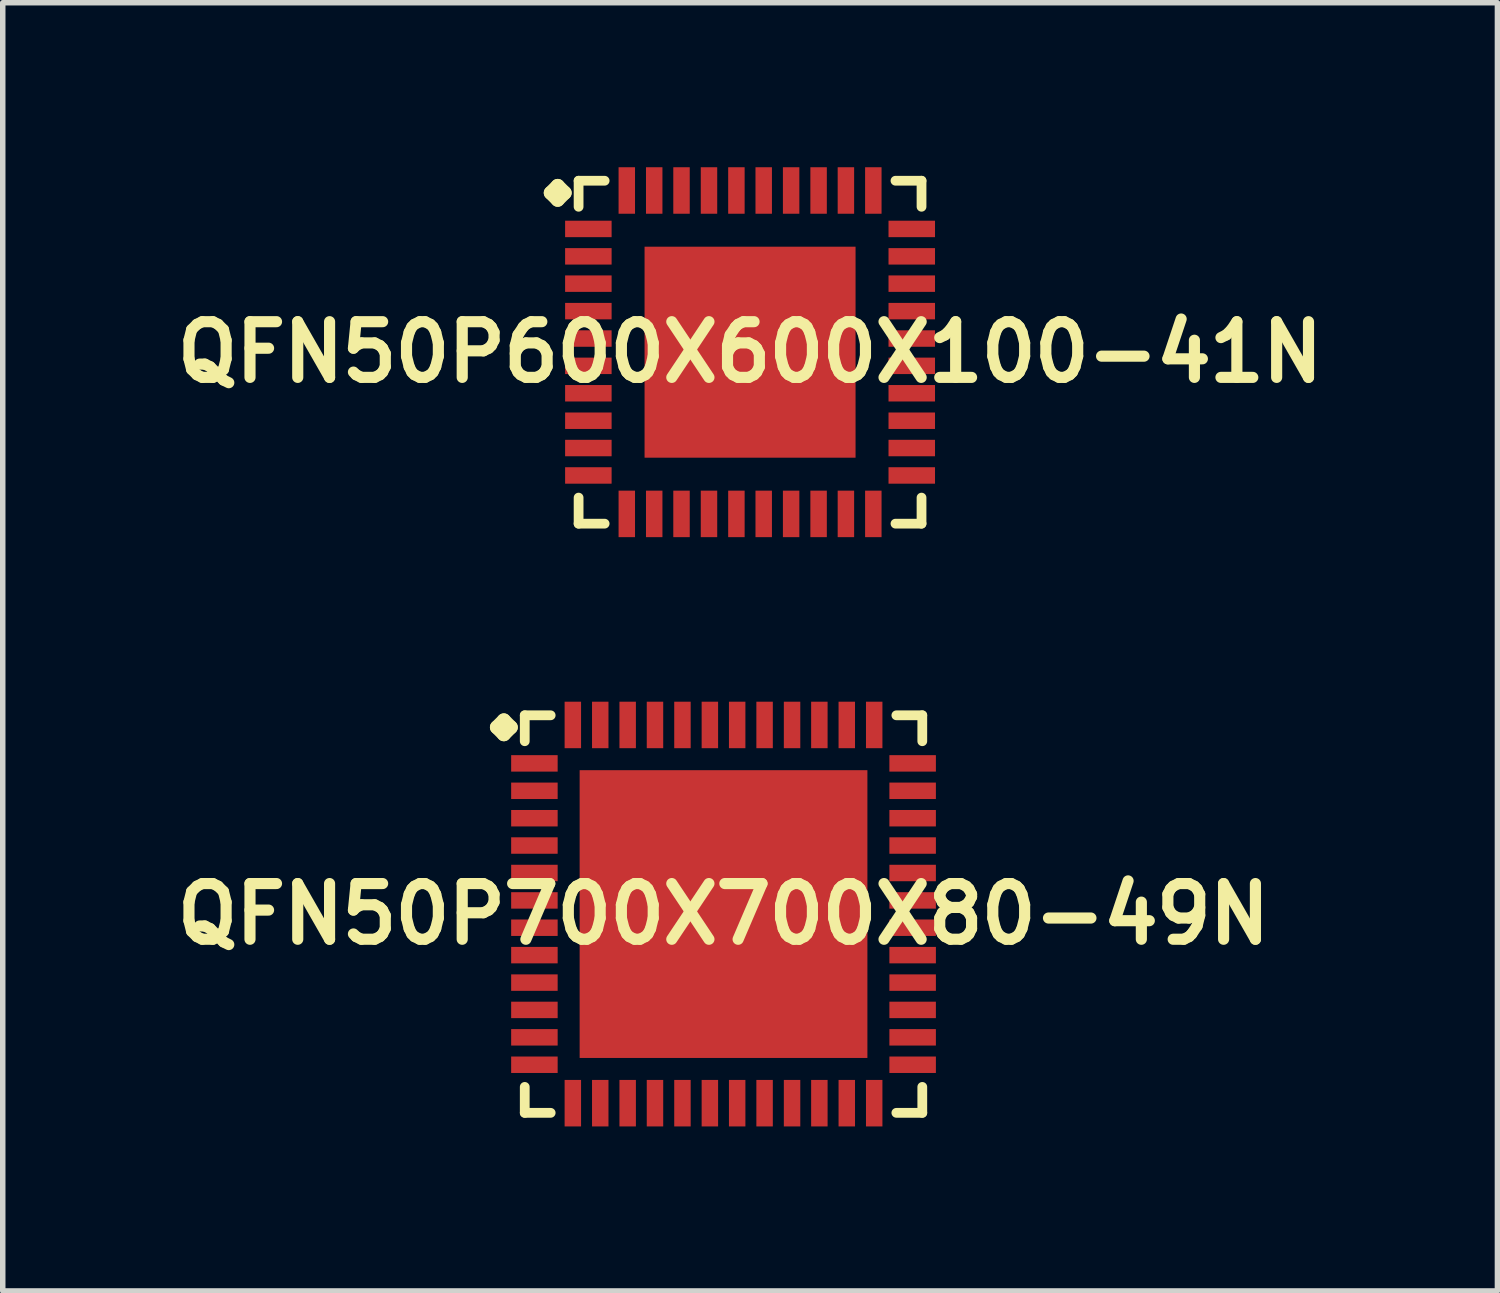
<source format=kicad_pcb>
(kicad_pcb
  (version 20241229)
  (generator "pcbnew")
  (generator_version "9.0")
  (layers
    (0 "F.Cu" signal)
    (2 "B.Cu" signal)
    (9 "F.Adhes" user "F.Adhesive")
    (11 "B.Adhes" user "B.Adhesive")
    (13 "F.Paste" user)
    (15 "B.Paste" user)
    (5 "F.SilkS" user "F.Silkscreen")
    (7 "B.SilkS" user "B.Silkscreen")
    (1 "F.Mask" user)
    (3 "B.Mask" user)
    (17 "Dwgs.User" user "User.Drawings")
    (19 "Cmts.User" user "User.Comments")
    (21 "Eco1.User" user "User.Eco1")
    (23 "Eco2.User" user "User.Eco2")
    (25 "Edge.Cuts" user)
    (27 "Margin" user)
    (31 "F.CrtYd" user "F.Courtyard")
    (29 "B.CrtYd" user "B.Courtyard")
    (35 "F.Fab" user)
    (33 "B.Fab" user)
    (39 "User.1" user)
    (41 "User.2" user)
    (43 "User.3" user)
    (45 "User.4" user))
  (footprint "QFN50P600X600X100-41N"
    (layer "F.Cu")
    (at 10.629 3.373)
    (property "Reference" "QFN50P600X600X100-41N" (at 0 0 0) (layer "F.SilkS") (effects (font (size 1.016 1.016) (thickness 0.203))))
    (attr smd)
    (fp_line (start -3.635 -2.906) (end -3.508 -3.033) (stroke (width 0.254) (type solid)) (layer "F.SilkS"))
    (fp_line (start -3.508 -3.033) (end -3.381 -2.906) (stroke (width 0.254) (type solid)) (layer "F.SilkS"))
    (fp_line (start -3.508 -2.779) (end -3.635 -2.906) (stroke (width 0.254) (type solid)) (layer "F.SilkS"))
    (fp_line (start -3.381 -2.906) (end -3.508 -2.779) (stroke (width 0.254) (type solid)) (layer "F.SilkS"))
    (fp_line (start -3.127 -3.127) (end -2.652 -3.127) (stroke (width 0.178) (type solid)) (layer "F.SilkS"))
    (fp_line (start -3.127 -2.652) (end -3.127 -3.127) (stroke (width 0.178) (type solid)) (layer "F.SilkS"))
    (fp_line (start -3.127 2.652) (end -3.127 3.127) (stroke (width 0.178) (type solid)) (layer "F.SilkS"))
    (fp_line (start -3.127 3.127) (end -2.652 3.127) (stroke (width 0.178) (type solid)) (layer "F.SilkS"))
    (fp_line (start 2.652 -3.127) (end 3.127 -3.127) (stroke (width 0.178) (type solid)) (layer "F.SilkS"))
    (fp_line (start 2.652 3.127) (end 3.127 3.127) (stroke (width 0.178) (type solid)) (layer "F.SilkS"))
    (fp_line (start 3.127 -3.127) (end 3.127 -2.652) (stroke (width 0.178) (type solid)) (layer "F.SilkS"))
    (fp_line (start 3.127 3.127) (end 3.127 2.652) (stroke (width 0.178) (type solid)) (layer "F.SilkS"))
    (pad "1" smd rect (at -2.949 -2.248) (size 0.848 0.3) (layers "F.Cu" "F.Mask" "F.Paste"))
    (pad "2" smd rect (at -2.949 -1.748) (size 0.848 0.3) (layers "F.Cu" "F.Mask" "F.Paste"))
    (pad "3" smd rect (at -2.949 -1.25) (size 0.848 0.3) (layers "F.Cu" "F.Mask" "F.Paste"))
    (pad "4" smd rect (at -2.949 -0.749) (size 0.848 0.3) (layers "F.Cu" "F.Mask" "F.Paste"))
    (pad "5" smd rect (at -2.949 -0.249) (size 0.848 0.3) (layers "F.Cu" "F.Mask" "F.Paste"))
    (pad "6" smd rect (at -2.949 0.249) (size 0.848 0.3) (layers "F.Cu" "F.Mask" "F.Paste"))
    (pad "7" smd rect (at -2.949 0.749) (size 0.848 0.3) (layers "F.Cu" "F.Mask" "F.Paste"))
    (pad "8" smd rect (at -2.949 1.25) (size 0.848 0.3) (layers "F.Cu" "F.Mask" "F.Paste"))
    (pad "9" smd rect (at -2.949 1.748) (size 0.848 0.3) (layers "F.Cu" "F.Mask" "F.Paste"))
    (pad "10" smd rect (at -2.949 2.248) (size 0.848 0.3) (layers "F.Cu" "F.Mask" "F.Paste"))
    (pad "11" smd rect (at -2.248 2.949) (size 0.3 0.848) (layers "F.Cu" "F.Mask" "F.Paste"))
    (pad "12" smd rect (at -1.748 2.949) (size 0.3 0.848) (layers "F.Cu" "F.Mask" "F.Paste"))
    (pad "13" smd rect (at -1.25 2.949) (size 0.3 0.848) (layers "F.Cu" "F.Mask" "F.Paste"))
    (pad "14" smd rect (at -0.749 2.949) (size 0.3 0.848) (layers "F.Cu" "F.Mask" "F.Paste"))
    (pad "15" smd rect (at -0.249 2.949) (size 0.3 0.848) (layers "F.Cu" "F.Mask" "F.Paste"))
    (pad "16" smd rect (at 0.249 2.949) (size 0.3 0.848) (layers "F.Cu" "F.Mask" "F.Paste"))
    (pad "17" smd rect (at 0.749 2.949) (size 0.3 0.848) (layers "F.Cu" "F.Mask" "F.Paste"))
    (pad "18" smd rect (at 1.25 2.949) (size 0.3 0.848) (layers "F.Cu" "F.Mask" "F.Paste"))
    (pad "19" smd rect (at 1.748 2.949) (size 0.3 0.848) (layers "F.Cu" "F.Mask" "F.Paste"))
    (pad "20" smd rect (at 2.248 2.949) (size 0.3 0.848) (layers "F.Cu" "F.Mask" "F.Paste"))
    (pad "21" smd rect (at 2.949 2.248) (size 0.848 0.3) (layers "F.Cu" "F.Mask" "F.Paste"))
    (pad "22" smd rect (at 2.949 1.748) (size 0.848 0.3) (layers "F.Cu" "F.Mask" "F.Paste"))
    (pad "23" smd rect (at 2.949 1.25) (size 0.848 0.3) (layers "F.Cu" "F.Mask" "F.Paste"))
    (pad "24" smd rect (at 2.949 0.749) (size 0.848 0.3) (layers "F.Cu" "F.Mask" "F.Paste"))
    (pad "25" smd rect (at 2.949 0.249) (size 0.848 0.3) (layers "F.Cu" "F.Mask" "F.Paste"))
    (pad "26" smd rect (at 2.949 -0.249) (size 0.848 0.3) (layers "F.Cu" "F.Mask" "F.Paste"))
    (pad "27" smd rect (at 2.949 -0.749) (size 0.848 0.3) (layers "F.Cu" "F.Mask" "F.Paste"))
    (pad "28" smd rect (at 2.949 -1.25) (size 0.848 0.3) (layers "F.Cu" "F.Mask" "F.Paste"))
    (pad "29" smd rect (at 2.949 -1.748) (size 0.848 0.3) (layers "F.Cu" "F.Mask" "F.Paste"))
    (pad "30" smd rect (at 2.949 -2.248) (size 0.848 0.3) (layers "F.Cu" "F.Mask" "F.Paste"))
    (pad "31" smd rect (at 2.248 -2.949) (size 0.3 0.848) (layers "F.Cu" "F.Mask" "F.Paste"))
    (pad "32" smd rect (at 1.748 -2.949) (size 0.3 0.848) (layers "F.Cu" "F.Mask" "F.Paste"))
    (pad "33" smd rect (at 1.25 -2.949) (size 0.3 0.848) (layers "F.Cu" "F.Mask" "F.Paste"))
    (pad "34" smd rect (at 0.749 -2.949) (size 0.3 0.848) (layers "F.Cu" "F.Mask" "F.Paste"))
    (pad "35" smd rect (at 0.249 -2.949) (size 0.3 0.848) (layers "F.Cu" "F.Mask" "F.Paste"))
    (pad "36" smd rect (at -0.249 -2.949) (size 0.3 0.848) (layers "F.Cu" "F.Mask" "F.Paste"))
    (pad "37" smd rect (at -0.749 -2.949) (size 0.3 0.848) (layers "F.Cu" "F.Mask" "F.Paste"))
    (pad "38" smd rect (at -1.25 -2.949) (size 0.3 0.848) (layers "F.Cu" "F.Mask" "F.Paste"))
    (pad "39" smd rect (at -1.748 -2.949) (size 0.3 0.848) (layers "F.Cu" "F.Mask" "F.Paste"))
    (pad "40" smd rect (at -2.248 -2.949) (size 0.3 0.848) (layers "F.Cu" "F.Mask" "F.Paste"))
    (pad "41" smd rect (at 0 0) (size 3.848 3.848) (layers "F.Cu" "F.Mask" "F.Paste")))
  (footprint "QFN50P700X700X80-49N"
    (layer "F.Cu")
    (at 10.145 13.62)
    (property "Reference" "QFN50P700X700X80-49N" (at 0 0 0) (layer "F.SilkS") (effects (font (size 1.016 1.016) (thickness 0.203))))
    (attr smd)
    (fp_line (start -4.133 -3.406) (end -4.006 -3.533) (stroke (width 0.254) (type solid)) (layer "F.SilkS"))
    (fp_line (start -4.006 -3.533) (end -3.879 -3.406) (stroke (width 0.254) (type solid)) (layer "F.SilkS"))
    (fp_line (start -4.006 -3.279) (end -4.133 -3.406) (stroke (width 0.254) (type solid)) (layer "F.SilkS"))
    (fp_line (start -3.879 -3.406) (end -4.006 -3.279) (stroke (width 0.254) (type solid)) (layer "F.SilkS"))
    (fp_line (start -3.625 -3.625) (end -3.152 -3.625) (stroke (width 0.178) (type solid)) (layer "F.SilkS"))
    (fp_line (start -3.625 -3.152) (end -3.625 -3.625) (stroke (width 0.178) (type solid)) (layer "F.SilkS"))
    (fp_line (start -3.625 3.152) (end -3.625 3.625) (stroke (width 0.178) (type solid)) (layer "F.SilkS"))
    (fp_line (start -3.625 3.625) (end -3.152 3.625) (stroke (width 0.178) (type solid)) (layer "F.SilkS"))
    (fp_line (start 3.152 -3.625) (end 3.625 -3.625) (stroke (width 0.178) (type solid)) (layer "F.SilkS"))
    (fp_line (start 3.152 3.625) (end 3.625 3.625) (stroke (width 0.178) (type solid)) (layer "F.SilkS"))
    (fp_line (start 3.625 -3.625) (end 3.625 -3.152) (stroke (width 0.178) (type solid)) (layer "F.SilkS"))
    (fp_line (start 3.625 3.625) (end 3.625 3.152) (stroke (width 0.178) (type solid)) (layer "F.SilkS"))
    (pad "1" smd rect (at -3.449 -2.748) (size 0.848 0.3) (layers "F.Cu" "F.Mask" "F.Paste"))
    (pad "2" smd rect (at -3.449 -2.248) (size 0.848 0.3) (layers "F.Cu" "F.Mask" "F.Paste"))
    (pad "3" smd rect (at -3.449 -1.748) (size 0.848 0.3) (layers "F.Cu" "F.Mask" "F.Paste"))
    (pad "4" smd rect (at -3.449 -1.25) (size 0.848 0.3) (layers "F.Cu" "F.Mask" "F.Paste"))
    (pad "5" smd rect (at -3.449 -0.749) (size 0.848 0.3) (layers "F.Cu" "F.Mask" "F.Paste"))
    (pad "6" smd rect (at -3.449 -0.249) (size 0.848 0.3) (layers "F.Cu" "F.Mask" "F.Paste"))
    (pad "7" smd rect (at -3.449 0.249) (size 0.848 0.3) (layers "F.Cu" "F.Mask" "F.Paste"))
    (pad "8" smd rect (at -3.449 0.749) (size 0.848 0.3) (layers "F.Cu" "F.Mask" "F.Paste"))
    (pad "9" smd rect (at -3.449 1.25) (size 0.848 0.3) (layers "F.Cu" "F.Mask" "F.Paste"))
    (pad "10" smd rect (at -3.449 1.748) (size 0.848 0.3) (layers "F.Cu" "F.Mask" "F.Paste"))
    (pad "11" smd rect (at -3.449 2.248) (size 0.848 0.3) (layers "F.Cu" "F.Mask" "F.Paste"))
    (pad "12" smd rect (at -3.449 2.748) (size 0.848 0.3) (layers "F.Cu" "F.Mask" "F.Paste"))
    (pad "13" smd rect (at -2.748 3.449) (size 0.3 0.848) (layers "F.Cu" "F.Mask" "F.Paste"))
    (pad "14" smd rect (at -2.248 3.449) (size 0.3 0.848) (layers "F.Cu" "F.Mask" "F.Paste"))
    (pad "15" smd rect (at -1.748 3.449) (size 0.3 0.848) (layers "F.Cu" "F.Mask" "F.Paste"))
    (pad "16" smd rect (at -1.25 3.449) (size 0.3 0.848) (layers "F.Cu" "F.Mask" "F.Paste"))
    (pad "17" smd rect (at -0.749 3.449) (size 0.3 0.848) (layers "F.Cu" "F.Mask" "F.Paste"))
    (pad "18" smd rect (at -0.249 3.449) (size 0.3 0.848) (layers "F.Cu" "F.Mask" "F.Paste"))
    (pad "19" smd rect (at 0.249 3.449) (size 0.3 0.848) (layers "F.Cu" "F.Mask" "F.Paste"))
    (pad "20" smd rect (at 0.749 3.449) (size 0.3 0.848) (layers "F.Cu" "F.Mask" "F.Paste"))
    (pad "21" smd rect (at 1.25 3.449) (size 0.3 0.848) (layers "F.Cu" "F.Mask" "F.Paste"))
    (pad "22" smd rect (at 1.748 3.449) (size 0.3 0.848) (layers "F.Cu" "F.Mask" "F.Paste"))
    (pad "23" smd rect (at 2.248 3.449) (size 0.3 0.848) (layers "F.Cu" "F.Mask" "F.Paste"))
    (pad "24" smd rect (at 2.748 3.449) (size 0.3 0.848) (layers "F.Cu" "F.Mask" "F.Paste"))
    (pad "25" smd rect (at 3.449 2.748) (size 0.848 0.3) (layers "F.Cu" "F.Mask" "F.Paste"))
    (pad "26" smd rect (at 3.449 2.248) (size 0.848 0.3) (layers "F.Cu" "F.Mask" "F.Paste"))
    (pad "27" smd rect (at 3.449 1.748) (size 0.848 0.3) (layers "F.Cu" "F.Mask" "F.Paste"))
    (pad "28" smd rect (at 3.449 1.25) (size 0.848 0.3) (layers "F.Cu" "F.Mask" "F.Paste"))
    (pad "29" smd rect (at 3.449 0.749) (size 0.848 0.3) (layers "F.Cu" "F.Mask" "F.Paste"))
    (pad "30" smd rect (at 3.449 0.249) (size 0.848 0.3) (layers "F.Cu" "F.Mask" "F.Paste"))
    (pad "31" smd rect (at 3.449 -0.249) (size 0.848 0.3) (layers "F.Cu" "F.Mask" "F.Paste"))
    (pad "32" smd rect (at 3.449 -0.749) (size 0.848 0.3) (layers "F.Cu" "F.Mask" "F.Paste"))
    (pad "33" smd rect (at 3.449 -1.25) (size 0.848 0.3) (layers "F.Cu" "F.Mask" "F.Paste"))
    (pad "34" smd rect (at 3.449 -1.748) (size 0.848 0.3) (layers "F.Cu" "F.Mask" "F.Paste"))
    (pad "35" smd rect (at 3.449 -2.248) (size 0.848 0.3) (layers "F.Cu" "F.Mask" "F.Paste"))
    (pad "36" smd rect (at 3.449 -2.748) (size 0.848 0.3) (layers "F.Cu" "F.Mask" "F.Paste"))
    (pad "37" smd rect (at 2.748 -3.449) (size 0.3 0.848) (layers "F.Cu" "F.Mask" "F.Paste"))
    (pad "38" smd rect (at 2.248 -3.449) (size 0.3 0.848) (layers "F.Cu" "F.Mask" "F.Paste"))
    (pad "39" smd rect (at 1.748 -3.449) (size 0.3 0.848) (layers "F.Cu" "F.Mask" "F.Paste"))
    (pad "40" smd rect (at 1.25 -3.449) (size 0.3 0.848) (layers "F.Cu" "F.Mask" "F.Paste"))
    (pad "41" smd rect (at 0.749 -3.449) (size 0.3 0.848) (layers "F.Cu" "F.Mask" "F.Paste"))
    (pad "42" smd rect (at 0.249 -3.449) (size 0.3 0.848) (layers "F.Cu" "F.Mask" "F.Paste"))
    (pad "43" smd rect (at -0.249 -3.449) (size 0.3 0.848) (layers "F.Cu" "F.Mask" "F.Paste"))
    (pad "44" smd rect (at -0.749 -3.449) (size 0.3 0.848) (layers "F.Cu" "F.Mask" "F.Paste"))
    (pad "45" smd rect (at -1.25 -3.449) (size 0.3 0.848) (layers "F.Cu" "F.Mask" "F.Paste"))
    (pad "46" smd rect (at -1.748 -3.449) (size 0.3 0.848) (layers "F.Cu" "F.Mask" "F.Paste"))
    (pad "47" smd rect (at -2.248 -3.449) (size 0.3 0.848) (layers "F.Cu" "F.Mask" "F.Paste"))
    (pad "48" smd rect (at -2.748 -3.449) (size 0.3 0.848) (layers "F.Cu" "F.Mask" "F.Paste"))
    (pad "49" smd rect (at 0 0) (size 5.248 5.248) (layers "F.Cu" "F.Mask" "F.Paste")))
  (gr_rect
    (start -3 -3)
    (end 24.259 20.493)
    (stroke (width 0.1) (type default))
    (fill no)
    (layer "Edge.Cuts")))
</source>
